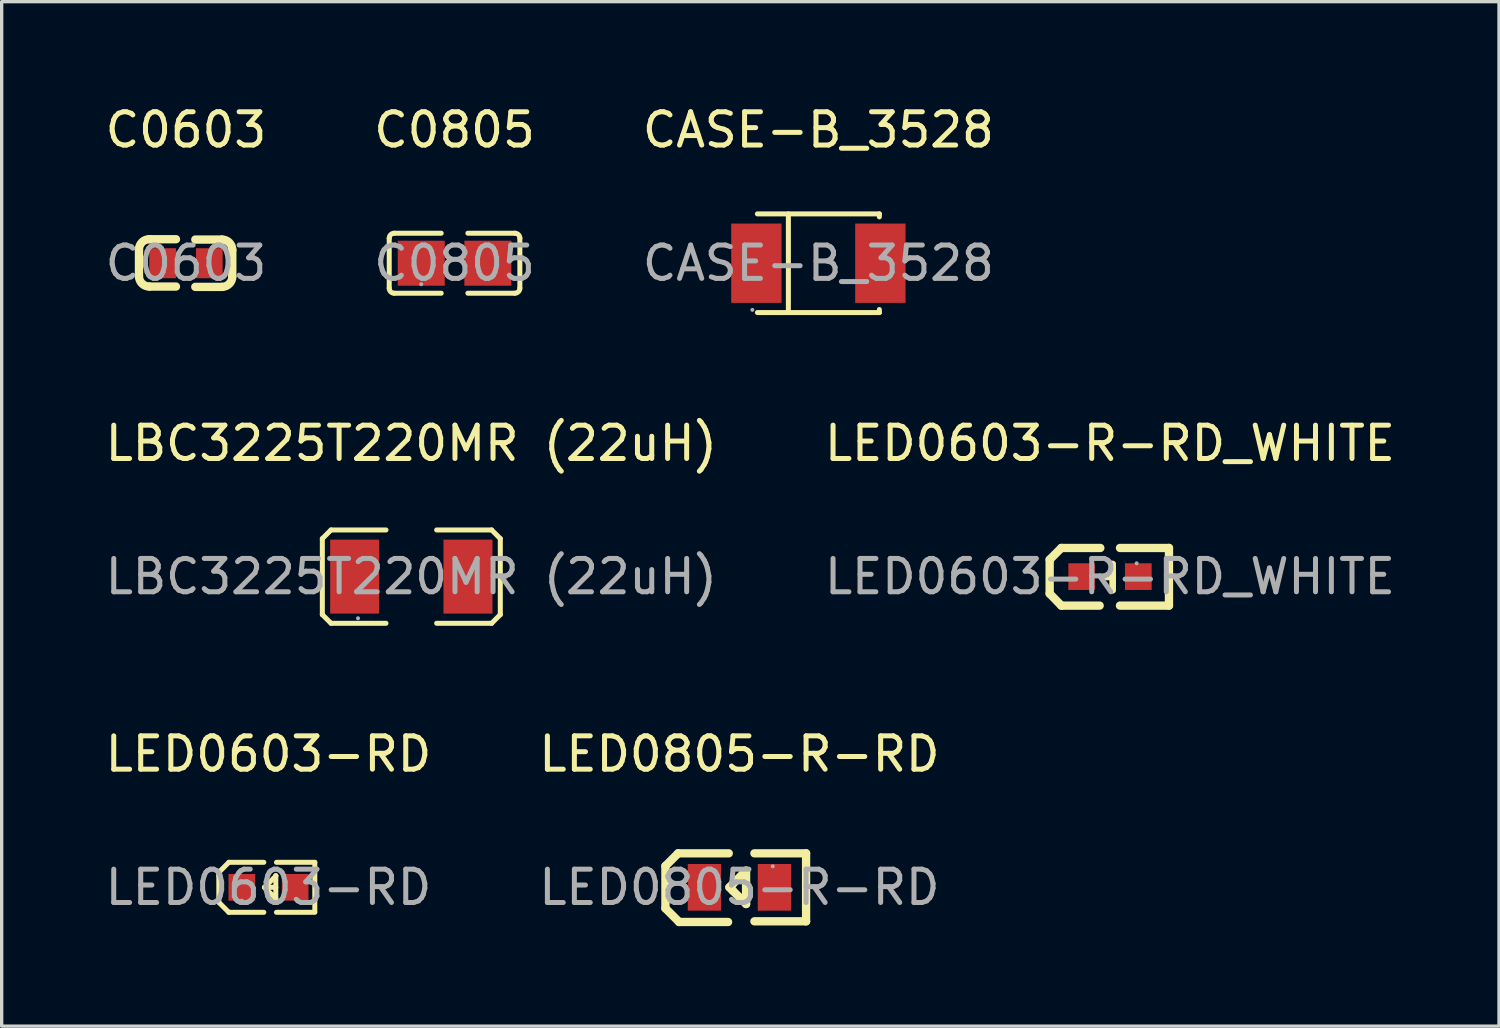
<source format=kicad_pcb>
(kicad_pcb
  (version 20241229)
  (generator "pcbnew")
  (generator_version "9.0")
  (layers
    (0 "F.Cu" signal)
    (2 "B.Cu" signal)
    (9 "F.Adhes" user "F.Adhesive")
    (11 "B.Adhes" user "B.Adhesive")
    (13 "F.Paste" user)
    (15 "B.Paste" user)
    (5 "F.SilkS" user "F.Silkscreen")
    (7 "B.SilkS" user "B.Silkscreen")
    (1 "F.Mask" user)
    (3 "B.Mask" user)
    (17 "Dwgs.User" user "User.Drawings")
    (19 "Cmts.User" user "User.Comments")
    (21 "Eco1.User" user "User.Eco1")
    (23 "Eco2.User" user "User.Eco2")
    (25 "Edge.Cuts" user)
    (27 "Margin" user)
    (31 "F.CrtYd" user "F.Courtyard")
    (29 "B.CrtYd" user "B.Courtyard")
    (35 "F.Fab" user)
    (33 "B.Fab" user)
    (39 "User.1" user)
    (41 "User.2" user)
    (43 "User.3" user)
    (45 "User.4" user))
  (footprint "LBC3225T220MR (22uH)"
    (layer "F.Cu")
    (at 9.292 14.252)
    (property "Reference" "LBC3225T220MR (22uH)" (at 0 -4 0) (layer "F.SilkS") (effects (font (size 1 1) (thickness 0.15))))
    (attr smd)
    (fp_line (start -2.67 -1.14) (end -2.41 -1.4) (stroke (width 0.15) (type solid)) (layer "F.SilkS"))
    (fp_line (start -2.67 1.14) (end -2.67 -1.14) (stroke (width 0.15) (type solid)) (layer "F.SilkS"))
    (fp_line (start -2.41 -1.4) (end -0.76 -1.4) (stroke (width 0.15) (type solid)) (layer "F.SilkS"))
    (fp_line (start -2.41 1.4) (end -2.67 1.14) (stroke (width 0.15) (type solid)) (layer "F.SilkS"))
    (fp_line (start -0.76 1.4) (end -2.41 1.4) (stroke (width 0.15) (type solid)) (layer "F.SilkS"))
    (fp_line (start 0.76 -1.4) (end 2.41 -1.4) (stroke (width 0.15) (type solid)) (layer "F.SilkS"))
    (fp_line (start 2.41 -1.4) (end 2.67 -1.14) (stroke (width 0.15) (type solid)) (layer "F.SilkS"))
    (fp_line (start 2.41 1.4) (end 0.76 1.4) (stroke (width 0.15) (type solid)) (layer "F.SilkS"))
    (fp_line (start 2.67 -1.14) (end 2.67 1.14) (stroke (width 0.15) (type solid)) (layer "F.SilkS"))
    (fp_line (start 2.67 1.14) (end 2.41 1.4) (stroke (width 0.15) (type solid)) (layer "F.SilkS"))
    (fp_circle (center -1.6 1.25) (end -1.57 1.25) (stroke (width 0.06) (type solid)) (fill no) (layer "F.Fab"))
    (fp_text user "${REFERENCE}" (at 0 0 0) (layer "F.Fab") (effects (font (size 1 1) (thickness 0.15))))
    (pad "1" smd rect (at -1.7 0 180) (size 1.47 2.22) (layers "F.Cu" "F.Mask" "F.Paste"))
    (pad "2" smd rect (at 1.7 0 180) (size 1.47 2.22) (layers "F.Cu" "F.Mask" "F.Paste")))
  (footprint "LED0805-R-RD"
    (layer "F.Cu")
    (at 19.137 23.575)
    (property "Reference" "LED0805-R-RD" (at 0 -4 0) (layer "F.SilkS") (effects (font (size 1 1) (thickness 0.15))))
    (attr smd)
    (fp_line (start -2.22 -0.64) (end -1.84 -1.02) (stroke (width 0.25) (type solid)) (layer "F.SilkS"))
    (fp_line (start -2.22 0.63) (end -2.22 -0.64) (stroke (width 0.25) (type solid)) (layer "F.SilkS"))
    (fp_line (start -1.84 -1.02) (end -0.32 -1.02) (stroke (width 0.25) (type solid)) (layer "F.SilkS"))
    (fp_line (start -1.81 1.04) (end -2.22 0.63) (stroke (width 0.25) (type solid)) (layer "F.SilkS"))
    (fp_line (start -0.34 1.04) (end -1.81 1.04) (stroke (width 0.25) (type solid)) (layer "F.SilkS"))
    (fp_line (start -0.3 0) (end -0.2 0.1) (stroke (width 0.25) (type solid)) (layer "F.SilkS"))
    (fp_line (start -0.2 -0.1) (end -0.3 0) (stroke (width 0.25) (type solid)) (layer "F.SilkS"))
    (fp_line (start -0.2 0.1) (end 0.2 0.5) (stroke (width 0.25) (type solid)) (layer "F.SilkS"))
    (fp_line (start 0.2 -0.5) (end -0.2 -0.1) (stroke (width 0.25) (type solid)) (layer "F.SilkS"))
    (fp_line (start 0.2 -0.5) (end 0.2 0.5) (stroke (width 0.25) (type solid)) (layer "F.SilkS"))
    (fp_line (start 0.45 1.02) (end 2 1.02) (stroke (width 0.25) (type solid)) (layer "F.SilkS"))
    (fp_line (start 2 -1.02) (end 0.45 -1.02) (stroke (width 0.25) (type solid)) (layer "F.SilkS"))
    (fp_line (start 2 1.02) (end 2 -1.02) (stroke (width 0.25) (type solid)) (layer "F.SilkS"))
    (fp_circle (center 1 -0.63) (end 1.03 -0.63) (stroke (width 0.06) (type solid)) (fill no) (layer "F.Fab"))
    (fp_text user "${REFERENCE}" (at 0 0 0) (layer "F.Fab") (effects (font (size 1 1) (thickness 0.15))))
    (pad "1" smd rect (at 1.05 0 180) (size 1 1.4) (layers "F.Cu" "F.Mask" "F.Paste"))
    (pad "2" smd rect (at -1.05 0 180) (size 1 1.4) (layers "F.Cu" "F.Mask" "F.Paste")))
  (footprint "LED0603-RD"
    (layer "F.Cu")
    (at 5.006 23.575)
    (property "Reference" "LED0603-RD" (at 0 -4 0) (layer "F.SilkS") (effects (font (size 1 1) (thickness 0.15))))
    (attr smd)
    (fp_line (start -1.49 -0.45) (end -1.19 -0.75) (stroke (width 0.15) (type solid)) (layer "F.SilkS"))
    (fp_line (start -1.49 -0.35) (end -1.49 -0.45) (stroke (width 0.15) (type solid)) (layer "F.SilkS"))
    (fp_line (start -1.49 -0.35) (end -1.49 0.35) (stroke (width 0.15) (type solid)) (layer "F.SilkS"))
    (fp_line (start -1.49 0.35) (end -1.49 0.45) (stroke (width 0.15) (type solid)) (layer "F.SilkS"))
    (fp_line (start -1.49 0.45) (end -1.19 0.75) (stroke (width 0.15) (type solid)) (layer "F.SilkS"))
    (fp_line (start -0.14 -0.75) (end -1.19 -0.75) (stroke (width 0.15) (type solid)) (layer "F.SilkS"))
    (fp_line (start -0.14 0.75) (end -1.19 0.75) (stroke (width 0.15) (type solid)) (layer "F.SilkS"))
    (fp_line (start 0.21 0.33) (end -0.12 0) (stroke (width 0.15) (type solid)) (layer "F.SilkS"))
    (fp_line (start 0.22 -0.35) (end 0.22 -0.34) (stroke (width 0.15) (type solid)) (layer "F.SilkS"))
    (fp_line (start 0.22 -0.35) (end 0.22 0.33) (stroke (width 0.15) (type solid)) (layer "F.SilkS"))
    (fp_line (start 0.22 -0.34) (end -0.12 0) (stroke (width 0.15) (type solid)) (layer "F.SilkS"))
    (fp_line (start 0.22 0) (end -0.12 0) (stroke (width 0.15) (type solid)) (layer "F.SilkS"))
    (fp_line (start 0.22 0.33) (end 0.21 0.33) (stroke (width 0.15) (type solid)) (layer "F.SilkS"))
    (fp_line (start 0.24 -0.75) (end 1.39 -0.75) (stroke (width 0.15) (type solid)) (layer "F.SilkS"))
    (fp_line (start 0.24 0.75) (end 1.39 0.75) (stroke (width 0.15) (type solid)) (layer "F.SilkS"))
    (fp_line (start 1.39 -0.75) (end 1.39 0.73) (stroke (width 0.15) (type solid)) (layer "F.SilkS"))
    (fp_circle (center -0.8 0.4) (end -0.77 0.4) (stroke (width 0.06) (type solid)) (fill no) (layer "F.Fab"))
    (fp_text user "${REFERENCE}" (at 0 0 0) (layer "F.Fab") (effects (font (size 1 1) (thickness 0.15))))
    (pad "1" smd rect (at -0.8 0 90) (size 0.8 0.8) (layers "F.Cu" "F.Mask" "F.Paste"))
    (pad "2" smd rect (at 0.8 0 90) (size 0.8 0.8) (layers "F.Cu" "F.Mask" "F.Paste")))
  (footprint "C0805"
    (layer "F.Cu")
    (at 10.589 4.848)
    (property "Reference" "C0805" (at 0 -4 0) (layer "F.SilkS") (effects (font (size 1 1) (thickness 0.15))))
    (attr smd)
    (fp_line (start -1.96 0.75) (end -1.96 -0.75) (stroke (width 0.15) (type solid)) (layer "F.SilkS"))
    (fp_line (start -1.81 -0.9) (end -0.4 -0.9) (stroke (width 0.15) (type solid)) (layer "F.SilkS"))
    (fp_line (start -0.4 0.9) (end -1.81 0.9) (stroke (width 0.15) (type solid)) (layer "F.SilkS"))
    (fp_line (start 0.4 0.9) (end 1.81 0.9) (stroke (width 0.15) (type solid)) (layer "F.SilkS"))
    (fp_line (start 1.81 -0.9) (end 0.4 -0.9) (stroke (width 0.15) (type solid)) (layer "F.SilkS"))
    (fp_line (start 1.96 0.75) (end 1.96 -0.75) (stroke (width 0.15) (type solid)) (layer "F.SilkS"))
    (fp_arc (start -1.96 -0.75) (mid -1.916066 -0.856066) (end -1.81 -0.9) (stroke (width 0.15) (type solid)) (layer "F.SilkS"))
    (fp_arc (start -1.81 0.9) (mid -1.916066 0.856066) (end -1.96 0.75) (stroke (width 0.15) (type solid)) (layer "F.SilkS"))
    (fp_arc (start 1.81 -0.9) (mid 1.916066 -0.856066) (end 1.96 -0.75) (stroke (width 0.15) (type solid)) (layer "F.SilkS"))
    (fp_arc (start 1.96 0.75) (mid 1.916066 0.856066) (end 1.81 0.9) (stroke (width 0.15) (type solid)) (layer "F.SilkS"))
    (fp_circle (center -1 0.63) (end -0.97 0.63) (stroke (width 0.06) (type solid)) (fill no) (layer "F.Fab"))
    (fp_text user "${REFERENCE}" (at 0 0 0) (layer "F.Fab") (effects (font (size 1 1) (thickness 0.15))))
    (pad "1" smd rect (at -1 0) (size 1.41 1.35) (layers "F.Cu" "F.Mask" "F.Paste"))
    (pad "2" smd rect (at 1 0) (size 1.41 1.35) (layers "F.Cu" "F.Mask" "F.Paste")))
  (footprint "CASE-B_3528"
    (layer "F.Cu")
    (at 21.506 4.848)
    (property "Reference" "CASE-B_3528" (at 0 -4 0) (layer "F.SilkS") (effects (font (size 1 1) (thickness 0.15))))
    (attr smd)
    (fp_line (start -0.9 1.48) (end -0.9 -1.48) (stroke (width 0.15) (type solid)) (layer "F.SilkS"))
    (fp_line (start 1.83 -1.48) (end -1.83 -1.48) (stroke (width 0.15) (type solid)) (layer "F.SilkS"))
    (fp_line (start 1.83 -1.48) (end 1.83 -1.39) (stroke (width 0.15) (type solid)) (layer "F.SilkS"))
    (fp_line (start 1.83 1.48) (end -1.83 1.48) (stroke (width 0.15) (type solid)) (layer "F.SilkS"))
    (fp_line (start 1.83 1.48) (end 1.83 1.39) (stroke (width 0.15) (type solid)) (layer "F.SilkS"))
    (fp_circle (center -1.98 1.4) (end -1.95 1.4) (stroke (width 0.06) (type solid)) (fill no) (layer "F.Fab"))
    (fp_text user "${REFERENCE}" (at 0 0 0) (layer "F.Fab") (effects (font (size 1 1) (thickness 0.15))))
    (pad "1" smd rect (at -1.86 0 180) (size 1.51 2.38) (layers "F.Cu" "F.Mask" "F.Paste"))
    (pad "2" smd rect (at 1.86 0 180) (size 1.51 2.38) (layers "F.Cu" "F.Mask" "F.Paste")))
  (footprint "LED0603-R-RD_WHITE"
    (layer "F.Cu")
    (at 30.256 14.252)
    (property "Reference" "LED0603-R-RD_WHITE" (at 0 -4 0) (layer "F.SilkS") (effects (font (size 1 1) (thickness 0.15))))
    (attr smd)
    (fp_line (start -1.81 -0.51) (end -1.46 -0.86) (stroke (width 0.25) (type solid)) (layer "F.SilkS"))
    (fp_line (start -1.81 0.51) (end -1.81 -0.51) (stroke (width 0.25) (type solid)) (layer "F.SilkS"))
    (fp_line (start -1.46 0.87) (end -1.81 0.51) (stroke (width 0.25) (type solid)) (layer "F.SilkS"))
    (fp_line (start -0.31 0.87) (end -1.46 0.87) (stroke (width 0.25) (type solid)) (layer "F.SilkS"))
    (fp_line (start -0.29 -0.86) (end -1.46 -0.86) (stroke (width 0.25) (type solid)) (layer "F.SilkS"))
    (fp_line (start 0.08 0.01) (end -0.1 0.01) (stroke (width 0.2) (type solid)) (layer "F.SilkS"))
    (fp_line (start 0.08 0.41) (end 0.08 -0.38) (stroke (width 0.2) (type solid)) (layer "F.SilkS"))
    (fp_line (start 1.77 -0.86) (end 0.3 -0.86) (stroke (width 0.25) (type solid)) (layer "F.SilkS"))
    (fp_line (start 1.77 0.87) (end 0.3 0.87) (stroke (width 0.25) (type solid)) (layer "F.SilkS"))
    (fp_line (start 1.77 0.87) (end 1.77 -0.86) (stroke (width 0.25) (type solid)) (layer "F.SilkS"))
    (fp_circle (center 0.8 -0.4) (end 0.83 -0.4) (stroke (width 0.06) (type solid)) (fill no) (layer "F.Fab"))
    (fp_text user "${REFERENCE}" (at 0 0 0) (layer "F.Fab") (effects (font (size 1 1) (thickness 0.15))))
    (pad "1" smd rect (at 0.85 0 90) (size 0.8 0.8) (layers "F.Cu" "F.Mask" "F.Paste"))
    (pad "2" smd rect (at -0.85 0 90) (size 0.8 0.8) (layers "F.Cu" "F.Mask" "F.Paste")))
  (footprint "C0603"
    (layer "F.Cu")
    (at 2.53 4.848)
    (property "Reference" "C0603" (at 0 -4 0) (layer "F.SilkS") (effects (font (size 1 1) (thickness 0.15))))
    (attr smd)
    (fp_line (start -1.41 -0.41) (end -1.41 0.39) (stroke (width 0.25) (type solid)) (layer "F.SilkS"))
    (fp_line (start -0.3 -0.72) (end -1.1 -0.72) (stroke (width 0.25) (type solid)) (layer "F.SilkS"))
    (fp_line (start -0.3 0.7) (end -1.1 0.7) (stroke (width 0.25) (type solid)) (layer "F.SilkS"))
    (fp_line (start 0.28 -0.71) (end 1.08 -0.71) (stroke (width 0.25) (type solid)) (layer "F.SilkS"))
    (fp_line (start 0.28 0.71) (end 1.08 0.71) (stroke (width 0.25) (type solid)) (layer "F.SilkS"))
    (fp_line (start 1.39 -0.4) (end 1.39 0.4) (stroke (width 0.25) (type solid)) (layer "F.SilkS"))
    (fp_arc (start -1.41 -0.41) (mid -1.319203 -0.629203) (end -1.1 -0.72) (stroke (width 0.25) (type solid)) (layer "F.SilkS"))
    (fp_arc (start -1.1 0.7) (mid -1.319203 0.609203) (end -1.41 0.39) (stroke (width 0.25) (type solid)) (layer "F.SilkS"))
    (fp_arc (start 1.08 -0.71) (mid 1.299203 -0.619203) (end 1.39 -0.4) (stroke (width 0.25) (type solid)) (layer "F.SilkS"))
    (fp_arc (start 1.39 0.4) (mid 1.299203 0.619203) (end 1.08 0.71) (stroke (width 0.25) (type solid)) (layer "F.SilkS"))
    (fp_circle (center -0.8 0.4) (end -0.77 0.4) (stroke (width 0.06) (type solid)) (fill no) (layer "F.Fab"))
    (fp_text user "${REFERENCE}" (at 0 0 0) (layer "F.Fab") (effects (font (size 1 1) (thickness 0.15))))
    (pad "1" smd rect (at -0.7 0) (size 0.8 0.9) (layers "F.Cu" "F.Mask" "F.Paste"))
    (pad "2" smd rect (at 0.7 0) (size 0.8 0.9) (layers "F.Cu" "F.Mask" "F.Paste")))
  (gr_rect
    (start -3 -3)
    (end 41.929 27.74)
    (stroke (width 0.1) (type default))
    (fill no)
    (layer "Edge.Cuts")))
</source>
